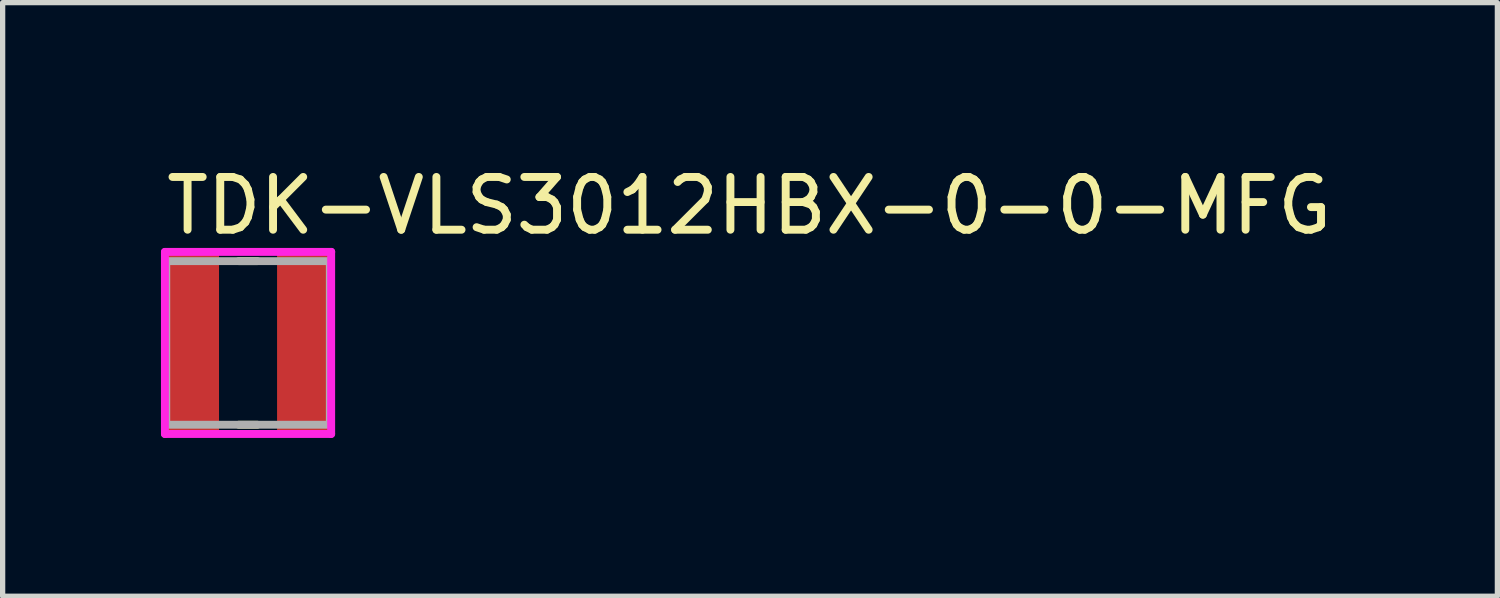
<source format=kicad_pcb>
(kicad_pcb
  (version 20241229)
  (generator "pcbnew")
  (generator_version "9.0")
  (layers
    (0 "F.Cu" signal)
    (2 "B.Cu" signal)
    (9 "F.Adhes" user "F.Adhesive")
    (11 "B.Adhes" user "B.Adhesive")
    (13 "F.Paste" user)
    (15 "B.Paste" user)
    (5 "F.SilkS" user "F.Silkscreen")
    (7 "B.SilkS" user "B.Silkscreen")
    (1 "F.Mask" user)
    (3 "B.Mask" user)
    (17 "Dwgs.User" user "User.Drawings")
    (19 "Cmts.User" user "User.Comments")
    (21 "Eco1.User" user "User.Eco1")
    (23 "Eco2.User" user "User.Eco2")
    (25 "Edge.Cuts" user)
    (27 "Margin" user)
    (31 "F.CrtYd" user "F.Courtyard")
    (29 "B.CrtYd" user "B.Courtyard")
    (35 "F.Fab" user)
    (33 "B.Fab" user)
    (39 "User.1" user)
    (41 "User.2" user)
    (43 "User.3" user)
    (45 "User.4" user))
  (footprint "TDK-VLS3012HBX-0-0-MFG"
    (layer "F.Cu")
    (at 1.65 3.448)
    (property "Reference" "TDK-VLS3012HBX-0-0-MFG" (at -1.625 -2.6 0) (layer "F.SilkS") (effects (font (size 1 1) (thickness 0.15)) (justify left)))
    (attr through_hole)
    (fp_line (start -0.175 -1.55) (end 0.175 -1.55) (stroke (width 0.15) (type solid)) (layer "F.SilkS"))
    (fp_line (start -0.175 1.55) (end 0.175 1.55) (stroke (width 0.15) (type solid)) (layer "F.SilkS"))
    (fp_line (start -1.575 -1.725) (end -1.575 1.725) (stroke (width 0.15) (type solid)) (layer "F.CrtYd"))
    (fp_line (start -1.575 1.725) (end 1.575 1.725) (stroke (width 0.15) (type solid)) (layer "F.CrtYd"))
    (fp_line (start 1.575 -1.725) (end -1.575 -1.725) (stroke (width 0.15) (type solid)) (layer "F.CrtYd"))
    (fp_line (start 1.575 -1.725) (end 1.575 -1.725) (stroke (width 0.15) (type solid)) (layer "F.CrtYd"))
    (fp_line (start 1.575 1.725) (end 1.575 -1.725) (stroke (width 0.15) (type solid)) (layer "F.CrtYd"))
    (fp_line (start -1.55 -1.55) (end 1.55 -1.55) (stroke (width 0.15) (type solid)) (layer "F.Fab"))
    (fp_line (start -1.55 1.55) (end -1.55 -1.55) (stroke (width 0.15) (type solid)) (layer "F.Fab"))
    (fp_line (start 1.55 -1.55) (end 1.55 1.55) (stroke (width 0.15) (type solid)) (layer "F.Fab"))
    (fp_line (start 1.55 1.55) (end -1.55 1.55) (stroke (width 0.15) (type solid)) (layer "F.Fab"))
    (pad "1" smd rect (at -1.05 0) (size 1 3.4) (layers "F.Cu" "F.Mask" "F.Paste"))
    (pad "2" smd rect (at 1.05 0) (size 1 3.4) (layers "F.Cu" "F.Mask" "F.Paste")))
  (gr_rect
    (start -3 -3)
    (end 25.323 8.248)
    (stroke (width 0.1) (type default))
    (fill no)
    (layer "Edge.Cuts")))
</source>
